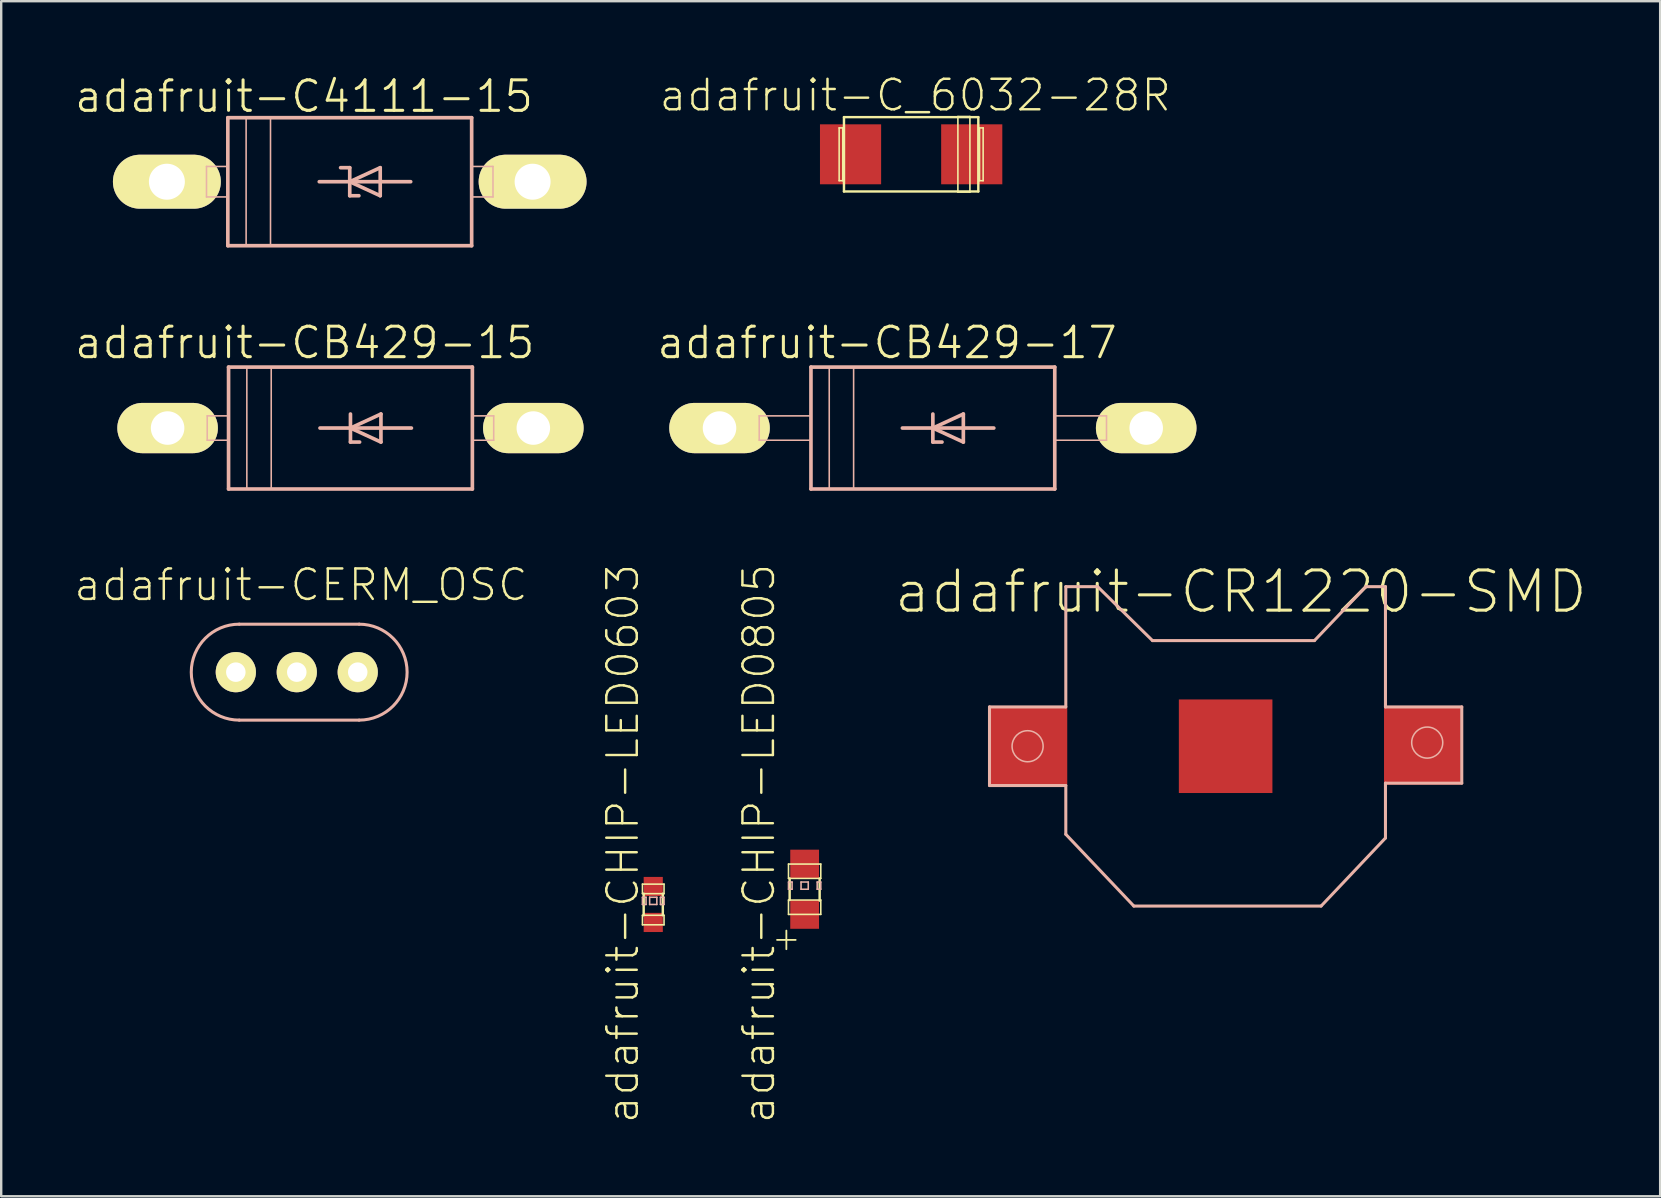
<source format=kicad_pcb>
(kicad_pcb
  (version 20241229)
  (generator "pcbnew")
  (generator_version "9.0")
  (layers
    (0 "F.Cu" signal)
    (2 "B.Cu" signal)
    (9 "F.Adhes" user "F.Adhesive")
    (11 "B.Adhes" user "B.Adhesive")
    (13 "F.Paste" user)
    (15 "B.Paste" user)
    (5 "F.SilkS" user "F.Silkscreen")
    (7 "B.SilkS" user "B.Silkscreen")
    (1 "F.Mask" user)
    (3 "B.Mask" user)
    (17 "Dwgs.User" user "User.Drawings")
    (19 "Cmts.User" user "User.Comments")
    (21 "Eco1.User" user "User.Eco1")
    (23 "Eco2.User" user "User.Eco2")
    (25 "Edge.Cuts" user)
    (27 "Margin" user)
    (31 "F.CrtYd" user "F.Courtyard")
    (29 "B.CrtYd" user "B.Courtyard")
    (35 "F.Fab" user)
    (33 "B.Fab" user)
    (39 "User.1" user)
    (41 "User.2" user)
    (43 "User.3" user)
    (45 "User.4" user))
  (footprint "adafruit-CB429-17"
    (layer "F.Cu")
    (at 35.823 14.787)
    (property "Reference" "adafruit-CB429-17" (at -1.905 -3.556 0) (layer "F.SilkS") (effects (font (size 1.27 1.27) (thickness 0.127))))
    (attr exclude_from_pos_files exclude_from_bom)
    (fp_line (start -8.89 0) (end -7.366 0) (stroke (width 1.016) (type solid)) (layer "F.SilkS"))
    (fp_line (start 8.89 0) (end 7.366 0) (stroke (width 1.016) (type solid)) (layer "F.SilkS"))
    (fp_line (start -7.236 -0.508) (end -5.08 -0.508) (stroke (width 0.066) (type solid)) (layer "B.SilkS"))
    (fp_line (start -7.236 0.508) (end -7.236 -0.508) (stroke (width 0.066) (type solid)) (layer "B.SilkS"))
    (fp_line (start -7.236 0.508) (end -5.08 0.508) (stroke (width 0.066) (type solid)) (layer "B.SilkS"))
    (fp_line (start -5.08 -2.54) (end 5.08 -2.54) (stroke (width 0.152) (type solid)) (layer "B.SilkS"))
    (fp_line (start -5.08 0.508) (end -5.08 -0.508) (stroke (width 0.066) (type solid)) (layer "B.SilkS"))
    (fp_line (start -5.08 2.54) (end -5.08 -2.54) (stroke (width 0.152) (type solid)) (layer "B.SilkS"))
    (fp_line (start -4.318 -2.54) (end -3.302 -2.54) (stroke (width 0.066) (type solid)) (layer "B.SilkS"))
    (fp_line (start -4.318 2.54) (end -4.318 -2.54) (stroke (width 0.066) (type solid)) (layer "B.SilkS"))
    (fp_line (start -4.318 2.54) (end -3.302 2.54) (stroke (width 0.066) (type solid)) (layer "B.SilkS"))
    (fp_line (start -3.302 2.54) (end -3.302 -2.54) (stroke (width 0.066) (type solid)) (layer "B.SilkS"))
    (fp_line (start -1.27 0) (end 0 0) (stroke (width 0.152) (type solid)) (layer "B.SilkS"))
    (fp_line (start 0 -0.584) (end 0 0) (stroke (width 0.152) (type solid)) (layer "B.SilkS"))
    (fp_line (start 0 0) (end 0 0.584) (stroke (width 0.152) (type solid)) (layer "B.SilkS"))
    (fp_line (start 0 0) (end 1.27 -0.584) (stroke (width 0.152) (type solid)) (layer "B.SilkS"))
    (fp_line (start 0 0) (end 2.54 0) (stroke (width 0.152) (type solid)) (layer "B.SilkS"))
    (fp_line (start 0 0.584) (end 0.381 0.584) (stroke (width 0.152) (type solid)) (layer "B.SilkS"))
    (fp_line (start 1.27 -0.584) (end 1.27 0.584) (stroke (width 0.152) (type solid)) (layer "B.SilkS"))
    (fp_line (start 1.27 0.584) (end 0 0) (stroke (width 0.152) (type solid)) (layer "B.SilkS"))
    (fp_line (start 5.08 -2.54) (end 5.08 2.54) (stroke (width 0.152) (type solid)) (layer "B.SilkS"))
    (fp_line (start 5.08 -0.508) (end 7.236 -0.508) (stroke (width 0.066) (type solid)) (layer "B.SilkS"))
    (fp_line (start 5.08 0.508) (end 5.08 -0.508) (stroke (width 0.066) (type solid)) (layer "B.SilkS"))
    (fp_line (start 5.08 0.508) (end 7.236 0.508) (stroke (width 0.066) (type solid)) (layer "B.SilkS"))
    (fp_line (start 5.08 2.54) (end -5.08 2.54) (stroke (width 0.152) (type solid)) (layer "B.SilkS"))
    (fp_line (start 7.236 0.508) (end 7.236 -0.508) (stroke (width 0.066) (type solid)) (layer "B.SilkS"))
    (pad "A" thru_hole oval (at 8.89 0 90) (size 2.095 4.191) (drill 1.397) (layers "*.Cu" "F.Mask" "F.SilkS" "F.Paste"))
    (pad "C" thru_hole oval (at -8.89 0 90) (size 2.095 4.191) (drill 1.397) (layers "*.Cu" "F.Mask" "F.SilkS" "F.Paste")))
  (footprint "adafruit-C4111-15"
    (layer "F.Cu")
    (at 11.524 4.522)
    (property "Reference" "adafruit-C4111-15" (at -1.905 -3.556 0) (layer "F.SilkS") (effects (font (size 1.27 1.27) (thickness 0.127))))
    (attr exclude_from_pos_files exclude_from_bom)
    (fp_line (start -7.62 0) (end -6.223 0) (stroke (width 1.27) (type solid)) (layer "F.SilkS"))
    (fp_line (start 7.62 0) (end 6.223 0) (stroke (width 1.27) (type solid)) (layer "F.SilkS"))
    (fp_line (start -5.969 -0.635) (end -5.08 -0.635) (stroke (width 0.066) (type solid)) (layer "B.SilkS"))
    (fp_line (start -5.969 0.635) (end -5.969 -0.635) (stroke (width 0.066) (type solid)) (layer "B.SilkS"))
    (fp_line (start -5.969 0.635) (end -5.08 0.635) (stroke (width 0.066) (type solid)) (layer "B.SilkS"))
    (fp_line (start -5.08 -2.667) (end 5.08 -2.667) (stroke (width 0.152) (type solid)) (layer "B.SilkS"))
    (fp_line (start -5.08 0.635) (end -5.08 -0.635) (stroke (width 0.066) (type solid)) (layer "B.SilkS"))
    (fp_line (start -5.08 2.667) (end -5.08 -2.667) (stroke (width 0.152) (type solid)) (layer "B.SilkS"))
    (fp_line (start -4.318 -2.667) (end -3.302 -2.667) (stroke (width 0.066) (type solid)) (layer "B.SilkS"))
    (fp_line (start -4.318 2.667) (end -4.318 -2.667) (stroke (width 0.066) (type solid)) (layer "B.SilkS"))
    (fp_line (start -4.318 2.667) (end -3.302 2.667) (stroke (width 0.066) (type solid)) (layer "B.SilkS"))
    (fp_line (start -3.302 2.667) (end -3.302 -2.667) (stroke (width 0.066) (type solid)) (layer "B.SilkS"))
    (fp_line (start -1.27 0) (end 0 0) (stroke (width 0.152) (type solid)) (layer "B.SilkS"))
    (fp_line (start -0.381 -0.584) (end 0 -0.584) (stroke (width 0.152) (type solid)) (layer "B.SilkS"))
    (fp_line (start 0 -0.584) (end 0 0) (stroke (width 0.152) (type solid)) (layer "B.SilkS"))
    (fp_line (start 0 0) (end 0 0.584) (stroke (width 0.152) (type solid)) (layer "B.SilkS"))
    (fp_line (start 0 0) (end 1.27 -0.584) (stroke (width 0.152) (type solid)) (layer "B.SilkS"))
    (fp_line (start 0 0) (end 2.54 0) (stroke (width 0.152) (type solid)) (layer "B.SilkS"))
    (fp_line (start 0 0.584) (end 0.381 0.584) (stroke (width 0.152) (type solid)) (layer "B.SilkS"))
    (fp_line (start 1.27 -0.584) (end 1.27 0.584) (stroke (width 0.152) (type solid)) (layer "B.SilkS"))
    (fp_line (start 1.27 0.584) (end 0 0) (stroke (width 0.152) (type solid)) (layer "B.SilkS"))
    (fp_line (start 5.08 -2.667) (end 5.08 2.667) (stroke (width 0.152) (type solid)) (layer "B.SilkS"))
    (fp_line (start 5.08 -0.635) (end 5.969 -0.635) (stroke (width 0.066) (type solid)) (layer "B.SilkS"))
    (fp_line (start 5.08 0.635) (end 5.08 -0.635) (stroke (width 0.066) (type solid)) (layer "B.SilkS"))
    (fp_line (start 5.08 0.635) (end 5.969 0.635) (stroke (width 0.066) (type solid)) (layer "B.SilkS"))
    (fp_line (start 5.08 2.667) (end -5.08 2.667) (stroke (width 0.152) (type solid)) (layer "B.SilkS"))
    (fp_line (start 5.969 0.635) (end 5.969 -0.635) (stroke (width 0.066) (type solid)) (layer "B.SilkS"))
    (pad "A" thru_hole oval (at 7.62 0 90) (size 2.248 4.496) (drill 1.499) (layers "*.Cu" "F.Mask" "F.SilkS" "F.Paste"))
    (pad "C" thru_hole oval (at -7.62 0 90) (size 2.248 4.496) (drill 1.499) (layers "*.Cu" "F.Mask" "F.SilkS" "F.Paste")))
  (footprint "adafruit-CR1220-SMD"
    (layer "F.Cu")
    (at 48.023 28.046)
    (property "Reference" "adafruit-CR1220-SMD" (at 0.635 -6.439 0) (layer "F.SilkS") (effects (font (size 1.676 1.676) (thickness 0.127))))
    (attr smd)
    (fp_line (start -9.84 -1.638) (end -9.84 1.638) (stroke (width 0.127) (type solid)) (layer "B.SilkS"))
    (fp_line (start -9.84 1.638) (end -6.66 1.638) (stroke (width 0.127) (type solid)) (layer "B.SilkS"))
    (fp_line (start -6.66 -6.65) (end -6.66 -1.638) (stroke (width 0.127) (type solid)) (layer "B.SilkS"))
    (fp_line (start -6.66 -1.638) (end -9.84 -1.638) (stroke (width 0.127) (type solid)) (layer "B.SilkS"))
    (fp_line (start -6.66 1.638) (end -6.66 3.67) (stroke (width 0.127) (type solid)) (layer "B.SilkS"))
    (fp_line (start -6.66 3.67) (end -3.825 6.66) (stroke (width 0.127) (type solid)) (layer "B.SilkS"))
    (fp_line (start -5.334 -6.65) (end -6.66 -6.65) (stroke (width 0.127) (type solid)) (layer "B.SilkS"))
    (fp_line (start -3.825 6.66) (end 3.978 6.66) (stroke (width 0.127) (type solid)) (layer "B.SilkS"))
    (fp_line (start -3.048 -4.402) (end -5.334 -6.65) (stroke (width 0.127) (type solid)) (layer "B.SilkS"))
    (fp_line (start 3.701 -4.402) (end -3.048 -4.402) (stroke (width 0.127) (type solid)) (layer "B.SilkS"))
    (fp_line (start 3.978 6.66) (end 6.66 3.825) (stroke (width 0.127) (type solid)) (layer "B.SilkS"))
    (fp_line (start 5.842 -6.65) (end 3.701 -4.402) (stroke (width 0.127) (type solid)) (layer "B.SilkS"))
    (fp_line (start 6.66 -6.65) (end 5.842 -6.65) (stroke (width 0.127) (type solid)) (layer "B.SilkS"))
    (fp_line (start 6.66 -1.638) (end 6.66 -6.65) (stroke (width 0.127) (type solid)) (layer "B.SilkS"))
    (fp_line (start 6.66 1.539) (end 9.84 1.539) (stroke (width 0.127) (type solid)) (layer "B.SilkS"))
    (fp_line (start 6.66 3.825) (end 6.66 1.539) (stroke (width 0.127) (type solid)) (layer "B.SilkS"))
    (fp_line (start 9.84 -1.638) (end 6.66 -1.638) (stroke (width 0.127) (type solid)) (layer "B.SilkS"))
    (fp_line (start 9.84 1.539) (end 9.84 -1.638) (stroke (width 0.127) (type solid)) (layer "B.SilkS"))
    (fp_circle (center -8.252 0) (end -8.71 0.457) (stroke (width 0.064) (type solid)) (fill no) (layer "B.SilkS"))
    (fp_circle (center 8.4 -0.152) (end 8.857 -0.61) (stroke (width 0.064) (type solid)) (fill no) (layer "B.SilkS"))
    (pad "+$1" smd rect (at -8.199 0) (size 3.198 3.198) (layers "F.Cu" "F.Mask" "F.Paste"))
    (pad "+$2" smd rect (at 8.199 0) (size 3.198 3.198) (layers "F.Cu" "F.Mask" "F.Paste"))
    (pad "-" smd rect (at 0 0) (size 3.899 3.899) (layers "F.Cu" "F.Mask" "F.Paste")))
  (footprint "adafruit-CHIP-LED0603"
    (layer "F.Cu")
    (at 24.171 34.64)
    (property "Reference" "adafruit-CHIP-LED0603" (at -1.27 -2.54 90) (layer "F.SilkS") (effects (font (size 1.27 1.27) (thickness 0.102))))
    (attr smd)
    (fp_line (start -0.45 -0.848) (end 0.45 -0.848) (stroke (width 0.066) (type solid)) (layer "F.SilkS"))
    (fp_line (start -0.45 -0.45) (end -0.45 -0.848) (stroke (width 0.066) (type solid)) (layer "F.SilkS"))
    (fp_line (start -0.45 -0.45) (end 0.45 -0.45) (stroke (width 0.066) (type solid)) (layer "F.SilkS"))
    (fp_line (start -0.45 0.45) (end 0.45 0.45) (stroke (width 0.066) (type solid)) (layer "F.SilkS"))
    (fp_line (start -0.45 0.848) (end -0.45 0.45) (stroke (width 0.066) (type solid)) (layer "F.SilkS"))
    (fp_line (start -0.45 0.848) (end 0.45 0.848) (stroke (width 0.066) (type solid)) (layer "F.SilkS"))
    (fp_line (start -0.399 -0.45) (end -0.399 0.45) (stroke (width 0.102) (type solid)) (layer "F.SilkS"))
    (fp_line (start 0.399 -0.45) (end 0.399 0.45) (stroke (width 0.102) (type solid)) (layer "F.SilkS"))
    (fp_line (start 0.45 -0.45) (end 0.45 -0.848) (stroke (width 0.066) (type solid)) (layer "F.SilkS"))
    (fp_line (start 0.45 0.848) (end 0.45 0.45) (stroke (width 0.066) (type solid)) (layer "F.SilkS"))
    (fp_line (start -0.45 -0.3) (end -0.3 -0.3) (stroke (width 0.066) (type solid)) (layer "B.SilkS"))
    (fp_line (start -0.45 0) (end -0.45 -0.3) (stroke (width 0.066) (type solid)) (layer "B.SilkS"))
    (fp_line (start -0.45 0) (end -0.3 0) (stroke (width 0.066) (type solid)) (layer "B.SilkS"))
    (fp_line (start -0.3 0) (end -0.3 -0.3) (stroke (width 0.066) (type solid)) (layer "B.SilkS"))
    (fp_line (start -0.15 -0.3) (end 0.15 -0.3) (stroke (width 0.066) (type solid)) (layer "B.SilkS"))
    (fp_line (start -0.15 0) (end -0.15 -0.3) (stroke (width 0.066) (type solid)) (layer "B.SilkS"))
    (fp_line (start -0.15 0) (end 0.15 0) (stroke (width 0.066) (type solid)) (layer "B.SilkS"))
    (fp_line (start 0.15 0) (end 0.15 -0.3) (stroke (width 0.066) (type solid)) (layer "B.SilkS"))
    (fp_line (start 0.3 -0.3) (end 0.45 -0.3) (stroke (width 0.066) (type solid)) (layer "B.SilkS"))
    (fp_line (start 0.3 0) (end 0.3 -0.3) (stroke (width 0.066) (type solid)) (layer "B.SilkS"))
    (fp_line (start 0.3 0) (end 0.45 0) (stroke (width 0.066) (type solid)) (layer "B.SilkS"))
    (fp_line (start 0.45 0) (end 0.45 -0.3) (stroke (width 0.066) (type solid)) (layer "B.SilkS"))
    (pad "A" smd rect (at 0 0.749) (size 0.798 0.798) (layers "F.Cu" "F.Mask" "F.Paste"))
    (pad "C" smd rect (at 0 -0.749) (size 0.798 0.798) (layers "F.Cu" "F.Mask" "F.Paste")))
  (footprint "adafruit-C_6032-28R"
    (layer "F.Cu")
    (at 34.918 3.38)
    (property "Reference" "adafruit-C_6032-28R" (at 0.173 -2.459 0) (layer "F.SilkS") (effects (font (size 1.27 1.27) (thickness 0.102))))
    (attr smd)
    (fp_line (start -3 -1.1) (end -2.85 -1.1) (stroke (width 0.066) (type solid)) (layer "F.SilkS"))
    (fp_line (start -3 1.1) (end -3 -1.1) (stroke (width 0.066) (type solid)) (layer "F.SilkS"))
    (fp_line (start -3 1.1) (end -2.85 1.1) (stroke (width 0.066) (type solid)) (layer "F.SilkS"))
    (fp_line (start -2.85 1.1) (end -2.85 -1.1) (stroke (width 0.066) (type solid)) (layer "F.SilkS"))
    (fp_line (start -2.799 -1.549) (end 2.799 -1.549) (stroke (width 0.102) (type solid)) (layer "F.SilkS"))
    (fp_line (start -2.799 1.549) (end -2.799 -1.549) (stroke (width 0.102) (type solid)) (layer "F.SilkS"))
    (fp_line (start 1.948 -1.575) (end 2.449 -1.575) (stroke (width 0.066) (type solid)) (layer "F.SilkS"))
    (fp_line (start 1.948 1.575) (end 1.948 -1.575) (stroke (width 0.066) (type solid)) (layer "F.SilkS"))
    (fp_line (start 1.948 1.575) (end 2.449 1.575) (stroke (width 0.066) (type solid)) (layer "F.SilkS"))
    (fp_line (start 2.449 1.575) (end 2.449 -1.575) (stroke (width 0.066) (type solid)) (layer "F.SilkS"))
    (fp_line (start 2.799 -1.549) (end 2.799 1.549) (stroke (width 0.102) (type solid)) (layer "F.SilkS"))
    (fp_line (start 2.799 1.549) (end -2.799 1.549) (stroke (width 0.102) (type solid)) (layer "F.SilkS"))
    (fp_line (start 2.85 -1.1) (end 3 -1.1) (stroke (width 0.066) (type solid)) (layer "F.SilkS"))
    (fp_line (start 2.85 1.1) (end 2.85 -1.1) (stroke (width 0.066) (type solid)) (layer "F.SilkS"))
    (fp_line (start 2.85 1.1) (end 3 1.1) (stroke (width 0.066) (type solid)) (layer "F.SilkS"))
    (fp_line (start 3 1.1) (end 3 -1.1) (stroke (width 0.066) (type solid)) (layer "F.SilkS"))
    (pad "+" smd rect (at 2.525 0) (size 2.548 2.499) (layers "F.Cu" "F.Mask" "F.Paste"))
    (pad "-" smd rect (at -2.525 0) (size 2.548 2.499) (layers "F.Cu" "F.Mask" "F.Paste")))
  (footprint "adafruit-CB429-15"
    (layer "F.Cu")
    (at 11.554 14.787)
    (property "Reference" "adafruit-CB429-15" (at -1.905 -3.556 0) (layer "F.SilkS") (effects (font (size 1.27 1.27) (thickness 0.127))))
    (attr exclude_from_pos_files exclude_from_bom)
    (fp_line (start -7.62 0) (end -6.096 0) (stroke (width 1.016) (type solid)) (layer "F.SilkS"))
    (fp_line (start 7.62 0) (end 6.096 0) (stroke (width 1.016) (type solid)) (layer "F.SilkS"))
    (fp_line (start -5.969 -0.508) (end -5.08 -0.508) (stroke (width 0.066) (type solid)) (layer "B.SilkS"))
    (fp_line (start -5.969 0.508) (end -5.969 -0.508) (stroke (width 0.066) (type solid)) (layer "B.SilkS"))
    (fp_line (start -5.969 0.508) (end -5.08 0.508) (stroke (width 0.066) (type solid)) (layer "B.SilkS"))
    (fp_line (start -5.08 -2.54) (end 5.08 -2.54) (stroke (width 0.152) (type solid)) (layer "B.SilkS"))
    (fp_line (start -5.08 0.508) (end -5.08 -0.508) (stroke (width 0.066) (type solid)) (layer "B.SilkS"))
    (fp_line (start -5.08 2.54) (end -5.08 -2.54) (stroke (width 0.152) (type solid)) (layer "B.SilkS"))
    (fp_line (start -4.318 -2.54) (end -3.302 -2.54) (stroke (width 0.066) (type solid)) (layer "B.SilkS"))
    (fp_line (start -4.318 2.54) (end -4.318 -2.54) (stroke (width 0.066) (type solid)) (layer "B.SilkS"))
    (fp_line (start -4.318 2.54) (end -3.302 2.54) (stroke (width 0.066) (type solid)) (layer "B.SilkS"))
    (fp_line (start -3.302 2.54) (end -3.302 -2.54) (stroke (width 0.066) (type solid)) (layer "B.SilkS"))
    (fp_line (start -1.27 0) (end 0 0) (stroke (width 0.152) (type solid)) (layer "B.SilkS"))
    (fp_line (start 0 -0.584) (end 0 0) (stroke (width 0.152) (type solid)) (layer "B.SilkS"))
    (fp_line (start 0 0) (end 0 0.584) (stroke (width 0.152) (type solid)) (layer "B.SilkS"))
    (fp_line (start 0 0) (end 1.27 -0.584) (stroke (width 0.152) (type solid)) (layer "B.SilkS"))
    (fp_line (start 0 0) (end 2.54 0) (stroke (width 0.152) (type solid)) (layer "B.SilkS"))
    (fp_line (start 0 0.584) (end 0.381 0.584) (stroke (width 0.152) (type solid)) (layer "B.SilkS"))
    (fp_line (start 1.27 -0.584) (end 1.27 0.584) (stroke (width 0.152) (type solid)) (layer "B.SilkS"))
    (fp_line (start 1.27 0.584) (end 0 0) (stroke (width 0.152) (type solid)) (layer "B.SilkS"))
    (fp_line (start 5.08 -2.54) (end 5.08 2.54) (stroke (width 0.152) (type solid)) (layer "B.SilkS"))
    (fp_line (start 5.08 -0.508) (end 5.969 -0.508) (stroke (width 0.066) (type solid)) (layer "B.SilkS"))
    (fp_line (start 5.08 0.508) (end 5.08 -0.508) (stroke (width 0.066) (type solid)) (layer "B.SilkS"))
    (fp_line (start 5.08 0.508) (end 5.969 0.508) (stroke (width 0.066) (type solid)) (layer "B.SilkS"))
    (fp_line (start 5.08 2.54) (end -5.08 2.54) (stroke (width 0.152) (type solid)) (layer "B.SilkS"))
    (fp_line (start 5.969 0.508) (end 5.969 -0.508) (stroke (width 0.066) (type solid)) (layer "B.SilkS"))
    (pad "A" thru_hole oval (at 7.62 0 90) (size 2.095 4.191) (drill 1.397) (layers "*.Cu" "F.Mask" "F.SilkS" "F.Paste"))
    (pad "C" thru_hole oval (at -7.62 0 90) (size 2.095 4.191) (drill 1.397) (layers "*.Cu" "F.Mask" "F.SilkS" "F.Paste")))
  (footprint "adafruit-CERM_OSC"
    (layer "F.Cu")
    (at 9.317 24.959)
    (property "Reference" "adafruit-CERM_OSC" (at 0.173 -3.635 0) (layer "F.SilkS") (effects (font (size 1.27 1.27) (thickness 0.102))))
    (attr exclude_from_pos_files exclude_from_bom)
    (fp_line (start -2.398 -1.999) (end 2.598 -1.999) (stroke (width 0.127) (type solid)) (layer "B.SilkS"))
    (fp_line (start 2.598 1.999) (end -2.398 1.999) (stroke (width 0.127) (type solid)) (layer "B.SilkS"))
    (fp_arc (start -2.39776 1.99898) (mid -4.39674 0) (end -2.39776 -1.99898) (stroke (width 0.127) (type solid)) (layer "B.SilkS"))
    (fp_arc (start 2.59842 -1.99898) (mid 4.5974 0) (end 2.59842 1.99898) (stroke (width 0.127) (type solid)) (layer "B.SilkS"))
    (pad "P$1" thru_hole circle (at -2.54 0) (size 1.676 1.676) (drill 0.813) (layers "*.Cu" "F.Mask" "F.SilkS" "F.Paste"))
    (pad "P$2" thru_hole circle (at 0 0) (size 1.676 1.676) (drill 0.813) (layers "*.Cu" "F.Mask" "F.SilkS" "F.Paste"))
    (pad "P$3" thru_hole circle (at 2.54 0) (size 1.676 1.676) (drill 0.813) (layers "*.Cu" "F.Mask" "F.SilkS" "F.Paste")))
  (footprint "adafruit-CHIP-LED0805"
    (layer "F.Cu")
    (at 30.48 34.005)
    (property "Reference" "adafruit-CHIP-LED0805" (at -1.905 -1.905 90) (layer "F.SilkS") (effects (font (size 1.27 1.27) (thickness 0.102))))
    (attr smd)
    (fp_line (start -0.673 -1.049) (end 0.673 -1.049) (stroke (width 0.066) (type solid)) (layer "F.SilkS"))
    (fp_line (start -0.673 -0.45) (end -0.673 -1.049) (stroke (width 0.066) (type solid)) (layer "F.SilkS"))
    (fp_line (start -0.673 -0.45) (end 0.673 -0.45) (stroke (width 0.066) (type solid)) (layer "F.SilkS"))
    (fp_line (start -0.673 0.45) (end 0.673 0.45) (stroke (width 0.066) (type solid)) (layer "F.SilkS"))
    (fp_line (start -0.673 1.049) (end -0.673 0.45) (stroke (width 0.066) (type solid)) (layer "F.SilkS"))
    (fp_line (start -0.673 1.049) (end 0.673 1.049) (stroke (width 0.066) (type solid)) (layer "F.SilkS"))
    (fp_line (start -0.625 -0.45) (end -0.625 0.45) (stroke (width 0.102) (type solid)) (layer "F.SilkS"))
    (fp_line (start 0.625 -0.45) (end 0.625 0.475) (stroke (width 0.102) (type solid)) (layer "F.SilkS"))
    (fp_line (start 0.673 -0.45) (end 0.673 -1.049) (stroke (width 0.066) (type solid)) (layer "F.SilkS"))
    (fp_line (start 0.673 1.049) (end 0.673 0.45) (stroke (width 0.066) (type solid)) (layer "F.SilkS"))
    (fp_line (start -0.673 -0.3) (end -0.523 -0.3) (stroke (width 0.066) (type solid)) (layer "B.SilkS"))
    (fp_line (start -0.673 0) (end -0.673 -0.3) (stroke (width 0.066) (type solid)) (layer "B.SilkS"))
    (fp_line (start -0.673 0) (end -0.523 0) (stroke (width 0.066) (type solid)) (layer "B.SilkS"))
    (fp_line (start -0.523 0) (end -0.523 -0.3) (stroke (width 0.066) (type solid)) (layer "B.SilkS"))
    (fp_line (start -0.15 -0.3) (end 0.15 -0.3) (stroke (width 0.066) (type solid)) (layer "B.SilkS"))
    (fp_line (start -0.15 0) (end -0.15 -0.3) (stroke (width 0.066) (type solid)) (layer "B.SilkS"))
    (fp_line (start -0.15 0) (end 0.15 0) (stroke (width 0.066) (type solid)) (layer "B.SilkS"))
    (fp_line (start 0.15 0) (end 0.15 -0.3) (stroke (width 0.066) (type solid)) (layer "B.SilkS"))
    (fp_line (start 0.523 -0.3) (end 0.673 -0.3) (stroke (width 0.066) (type solid)) (layer "B.SilkS"))
    (fp_line (start 0.523 0) (end 0.523 -0.3) (stroke (width 0.066) (type solid)) (layer "B.SilkS"))
    (fp_line (start 0.523 0) (end 0.673 0) (stroke (width 0.066) (type solid)) (layer "B.SilkS"))
    (fp_line (start 0.673 0) (end 0.673 -0.3) (stroke (width 0.066) (type solid)) (layer "B.SilkS"))
    (fp_text user "+" (at -0.762 2.032 0) (layer "F.SilkS") (effects (font (size 1.016 1.016) (thickness 0.076))))
    (pad "A" smd rect (at 0 1.049) (size 1.199 1.199) (layers "F.Cu" "F.Mask" "F.Paste"))
    (pad "C" smd rect (at 0 -1.049) (size 1.199 1.199) (layers "F.Cu" "F.Mask" "F.Paste")))
  (gr_rect
    (start -3 -3)
    (end 66.13 46.798)
    (stroke (width 0.1) (type default))
    (fill no)
    (layer "Edge.Cuts")))
</source>
